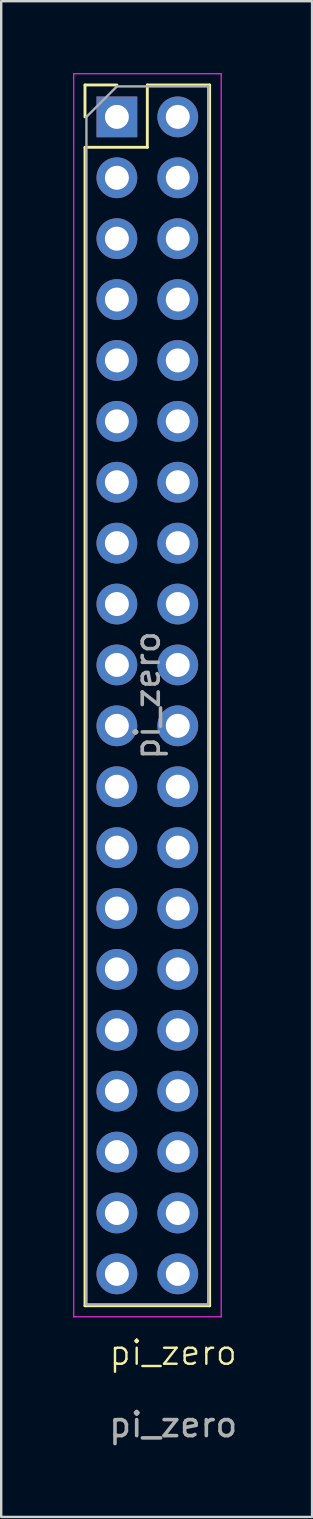
<source format=kicad_pcb>
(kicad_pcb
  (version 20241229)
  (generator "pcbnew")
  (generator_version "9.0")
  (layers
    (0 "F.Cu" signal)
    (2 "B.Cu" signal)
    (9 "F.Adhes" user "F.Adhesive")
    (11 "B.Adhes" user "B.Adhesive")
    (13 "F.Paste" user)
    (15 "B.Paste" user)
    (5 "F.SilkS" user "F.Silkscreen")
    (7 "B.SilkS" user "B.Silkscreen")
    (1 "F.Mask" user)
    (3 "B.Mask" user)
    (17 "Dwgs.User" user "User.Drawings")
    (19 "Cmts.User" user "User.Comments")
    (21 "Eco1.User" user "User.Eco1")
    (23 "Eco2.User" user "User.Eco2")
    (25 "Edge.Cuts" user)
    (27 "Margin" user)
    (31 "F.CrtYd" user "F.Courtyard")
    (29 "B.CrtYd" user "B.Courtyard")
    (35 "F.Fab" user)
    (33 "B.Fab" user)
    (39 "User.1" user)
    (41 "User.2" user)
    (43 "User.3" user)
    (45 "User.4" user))
  (footprint "pi_zero"
    (layer "F.Cu")
    (at 4.175 53.875)
    (property "Reference" "pi_zero" (at 0 -0.5 0) (unlocked yes) (layer "F.SilkS") (effects (font (size 1 1) (thickness 0.1))))
    (attr smd)
    (fp_line (start -3.68 -53.38) (end -2.35 -53.38) (stroke (width 0.12) (type solid)) (layer "F.SilkS"))
    (fp_line (start -3.68 -52.05) (end -3.68 -53.38) (stroke (width 0.12) (type solid)) (layer "F.SilkS"))
    (fp_line (start -3.68 -50.78) (end -3.68 -2.46) (stroke (width 0.12) (type solid)) (layer "F.SilkS"))
    (fp_line (start -3.68 -50.78) (end -1.08 -50.78) (stroke (width 0.12) (type solid)) (layer "F.SilkS"))
    (fp_line (start -3.68 -2.46) (end 1.52 -2.46) (stroke (width 0.12) (type solid)) (layer "F.SilkS"))
    (fp_line (start -1.08 -53.38) (end 1.52 -53.38) (stroke (width 0.12) (type solid)) (layer "F.SilkS"))
    (fp_line (start -1.08 -50.78) (end -1.08 -53.38) (stroke (width 0.12) (type solid)) (layer "F.SilkS"))
    (fp_line (start 1.52 -53.38) (end 1.52 -2.46) (stroke (width 0.12) (type solid)) (layer "F.SilkS"))
    (fp_line (start -4.15 -53.85) (end -4.15 -2) (stroke (width 0.05) (type solid)) (layer "F.CrtYd"))
    (fp_line (start -4.15 -2) (end 2 -2) (stroke (width 0.05) (type solid)) (layer "F.CrtYd"))
    (fp_line (start 2 -53.85) (end -4.15 -53.85) (stroke (width 0.05) (type solid)) (layer "F.CrtYd"))
    (fp_line (start 2 -2) (end 2 -53.85) (stroke (width 0.05) (type solid)) (layer "F.CrtYd"))
    (fp_line (start -3.62 -52.05) (end -2.35 -53.32) (stroke (width 0.1) (type solid)) (layer "F.Fab"))
    (fp_line (start -3.62 -2.52) (end -3.62 -52.05) (stroke (width 0.1) (type solid)) (layer "F.Fab"))
    (fp_line (start -2.35 -53.32) (end 1.46 -53.32) (stroke (width 0.1) (type solid)) (layer "F.Fab"))
    (fp_line (start 1.46 -53.32) (end 1.46 -2.52) (stroke (width 0.1) (type solid)) (layer "F.Fab"))
    (fp_line (start 1.46 -2.52) (end -3.62 -2.52) (stroke (width 0.1) (type solid)) (layer "F.Fab"))
    (fp_text user "${REFERENCE}" (at -1.08 -27.92 90) (layer "F.Fab") (effects (font (size 1 1) (thickness 0.15))))
    (fp_text user "${REFERENCE}" (at 0 2.5 0) (unlocked yes) (layer "F.Fab") (effects (font (size 1 1) (thickness 0.15))))
    (pad "1" thru_hole rect (at -2.35 -52.05) (size 1.7 1.7) (drill 1) (layers "*.Cu" "*.Mask"))
    (pad "2" thru_hole oval (at 0.19 -52.05) (size 1.7 1.7) (drill 1) (layers "*.Cu" "*.Mask"))
    (pad "3" thru_hole oval (at -2.35 -49.51) (size 1.7 1.7) (drill 1) (layers "*.Cu" "*.Mask"))
    (pad "4" thru_hole oval (at 0.19 -49.51) (size 1.7 1.7) (drill 1) (layers "*.Cu" "*.Mask"))
    (pad "5" thru_hole oval (at -2.35 -46.97) (size 1.7 1.7) (drill 1) (layers "*.Cu" "*.Mask"))
    (pad "6" thru_hole oval (at 0.19 -46.97) (size 1.7 1.7) (drill 1) (layers "*.Cu" "*.Mask"))
    (pad "7" thru_hole oval (at -2.35 -44.43) (size 1.7 1.7) (drill 1) (layers "*.Cu" "*.Mask"))
    (pad "8" thru_hole oval (at 0.19 -44.43) (size 1.7 1.7) (drill 1) (layers "*.Cu" "*.Mask"))
    (pad "9" thru_hole oval (at -2.35 -41.89) (size 1.7 1.7) (drill 1) (layers "*.Cu" "*.Mask"))
    (pad "10" thru_hole oval (at 0.19 -41.89) (size 1.7 1.7) (drill 1) (layers "*.Cu" "*.Mask"))
    (pad "11" thru_hole oval (at -2.35 -39.35) (size 1.7 1.7) (drill 1) (layers "*.Cu" "*.Mask"))
    (pad "12" thru_hole oval (at 0.19 -39.35) (size 1.7 1.7) (drill 1) (layers "*.Cu" "*.Mask"))
    (pad "13" thru_hole oval (at -2.35 -36.81) (size 1.7 1.7) (drill 1) (layers "*.Cu" "*.Mask"))
    (pad "14" thru_hole oval (at 0.19 -36.81) (size 1.7 1.7) (drill 1) (layers "*.Cu" "*.Mask"))
    (pad "15" thru_hole oval (at -2.35 -34.27) (size 1.7 1.7) (drill 1) (layers "*.Cu" "*.Mask"))
    (pad "16" thru_hole oval (at 0.19 -34.27) (size 1.7 1.7) (drill 1) (layers "*.Cu" "*.Mask"))
    (pad "17" thru_hole oval (at -2.35 -31.73) (size 1.7 1.7) (drill 1) (layers "*.Cu" "*.Mask"))
    (pad "18" thru_hole oval (at 0.19 -31.73) (size 1.7 1.7) (drill 1) (layers "*.Cu" "*.Mask"))
    (pad "19" thru_hole oval (at -2.35 -29.19) (size 1.7 1.7) (drill 1) (layers "*.Cu" "*.Mask"))
    (pad "20" thru_hole oval (at 0.19 -29.19) (size 1.7 1.7) (drill 1) (layers "*.Cu" "*.Mask"))
    (pad "21" thru_hole oval (at -2.35 -26.65) (size 1.7 1.7) (drill 1) (layers "*.Cu" "*.Mask"))
    (pad "22" thru_hole oval (at 0.19 -26.65) (size 1.7 1.7) (drill 1) (layers "*.Cu" "*.Mask"))
    (pad "23" thru_hole oval (at -2.35 -24.11) (size 1.7 1.7) (drill 1) (layers "*.Cu" "*.Mask"))
    (pad "24" thru_hole oval (at 0.19 -24.11) (size 1.7 1.7) (drill 1) (layers "*.Cu" "*.Mask"))
    (pad "25" thru_hole oval (at -2.35 -21.57) (size 1.7 1.7) (drill 1) (layers "*.Cu" "*.Mask"))
    (pad "26" thru_hole oval (at 0.19 -21.57) (size 1.7 1.7) (drill 1) (layers "*.Cu" "*.Mask"))
    (pad "27" thru_hole oval (at -2.35 -19.03) (size 1.7 1.7) (drill 1) (layers "*.Cu" "*.Mask"))
    (pad "28" thru_hole oval (at 0.19 -19.03) (size 1.7 1.7) (drill 1) (layers "*.Cu" "*.Mask"))
    (pad "29" thru_hole oval (at -2.35 -16.49) (size 1.7 1.7) (drill 1) (layers "*.Cu" "*.Mask"))
    (pad "30" thru_hole oval (at 0.19 -16.49) (size 1.7 1.7) (drill 1) (layers "*.Cu" "*.Mask"))
    (pad "31" thru_hole oval (at -2.35 -13.95) (size 1.7 1.7) (drill 1) (layers "*.Cu" "*.Mask"))
    (pad "32" thru_hole oval (at 0.19 -13.95) (size 1.7 1.7) (drill 1) (layers "*.Cu" "*.Mask"))
    (pad "33" thru_hole oval (at -2.35 -11.41) (size 1.7 1.7) (drill 1) (layers "*.Cu" "*.Mask"))
    (pad "34" thru_hole oval (at 0.19 -11.41) (size 1.7 1.7) (drill 1) (layers "*.Cu" "*.Mask"))
    (pad "35" thru_hole oval (at -2.35 -8.87) (size 1.7 1.7) (drill 1) (layers "*.Cu" "*.Mask"))
    (pad "36" thru_hole oval (at 0.19 -8.87) (size 1.7 1.7) (drill 1) (layers "*.Cu" "*.Mask"))
    (pad "37" thru_hole oval (at -2.35 -6.33) (size 1.7 1.7) (drill 1) (layers "*.Cu" "*.Mask"))
    (pad "38" thru_hole oval (at 0.19 -6.33) (size 1.7 1.7) (drill 1) (layers "*.Cu" "*.Mask"))
    (pad "39" thru_hole oval (at -2.35 -3.79) (size 1.7 1.7) (drill 1) (layers "*.Cu" "*.Mask"))
    (pad "40" thru_hole oval (at 0.19 -3.79) (size 1.7 1.7) (drill 1) (layers "*.Cu" "*.Mask")))
  (gr_rect
    (start -3 -3)
    (end 9.967 60.223)
    (stroke (width 0.1) (type default))
    (fill no)
    (layer "Edge.Cuts")))
</source>
